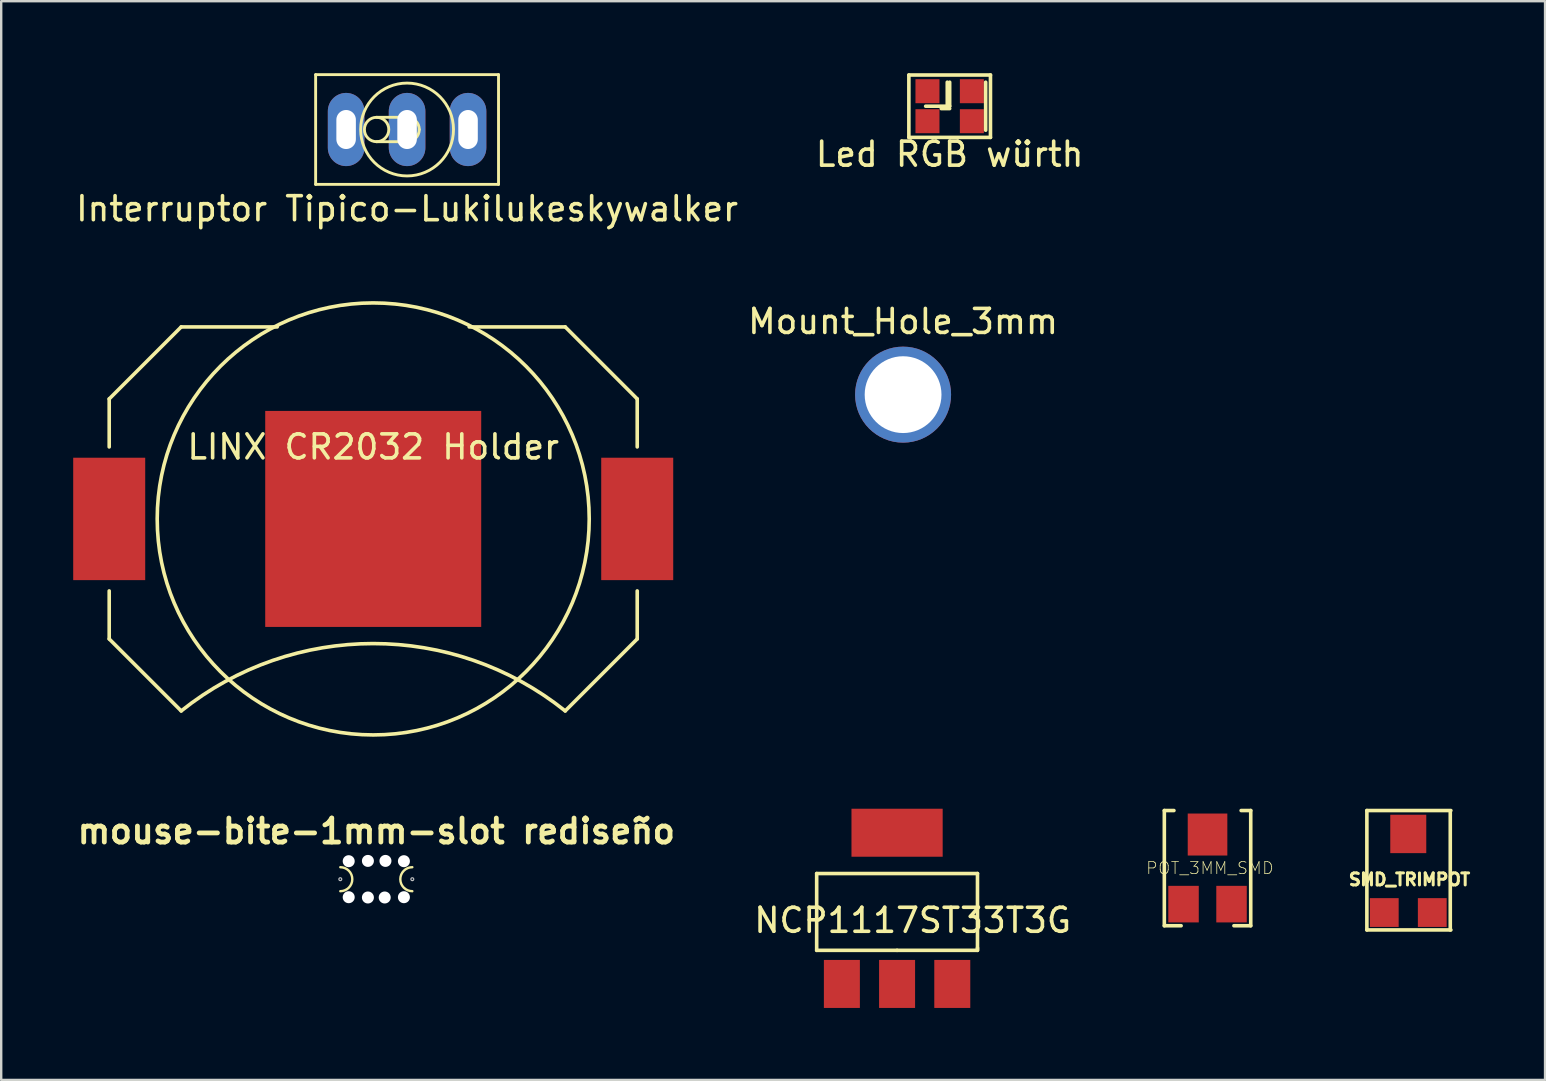
<source format=kicad_pcb>
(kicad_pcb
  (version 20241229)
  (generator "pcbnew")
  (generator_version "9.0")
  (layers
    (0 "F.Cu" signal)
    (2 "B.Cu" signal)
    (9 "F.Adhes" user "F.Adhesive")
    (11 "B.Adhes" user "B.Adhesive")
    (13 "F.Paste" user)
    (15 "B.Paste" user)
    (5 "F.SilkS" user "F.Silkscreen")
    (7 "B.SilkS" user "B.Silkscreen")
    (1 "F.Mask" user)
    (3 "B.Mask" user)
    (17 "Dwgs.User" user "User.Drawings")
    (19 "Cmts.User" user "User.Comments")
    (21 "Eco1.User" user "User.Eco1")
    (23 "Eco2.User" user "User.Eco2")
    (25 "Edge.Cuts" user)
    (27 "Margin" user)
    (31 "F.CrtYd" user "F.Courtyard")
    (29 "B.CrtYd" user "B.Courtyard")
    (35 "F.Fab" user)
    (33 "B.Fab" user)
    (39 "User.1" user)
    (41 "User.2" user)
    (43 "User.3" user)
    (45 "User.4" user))
  (footprint "LINX CR2032 Holder"
    (layer "F.Cu")
    (at 12.5 18.571)
    (property "Reference" "LINX CR2032 Holder" (at 0 -3 0) (layer "F.SilkS") (effects (font (size 1 1) (thickness 0.15))))
    (attr through_hole)
    (fp_line (start -11 -5) (end -8 -8) (stroke (width 0.15) (type solid)) (layer "F.SilkS"))
    (fp_line (start -11 -3) (end -11 -5) (stroke (width 0.15) (type solid)) (layer "F.SilkS"))
    (fp_line (start -11 5) (end -11 3) (stroke (width 0.15) (type solid)) (layer "F.SilkS"))
    (fp_line (start -11 5) (end -8 8) (stroke (width 0.15) (type solid)) (layer "F.SilkS"))
    (fp_line (start -8 -8) (end -4 -8) (stroke (width 0.15) (type solid)) (layer "F.SilkS"))
    (fp_line (start 4 -8) (end 8 -8) (stroke (width 0.15) (type solid)) (layer "F.SilkS"))
    (fp_line (start 8 -8) (end 11 -5) (stroke (width 0.15) (type solid)) (layer "F.SilkS"))
    (fp_line (start 11 -3) (end 11 -5) (stroke (width 0.15) (type solid)) (layer "F.SilkS"))
    (fp_line (start 11 5) (end 8 8) (stroke (width 0.15) (type solid)) (layer "F.SilkS"))
    (fp_line (start 11 5) (end 11 3) (stroke (width 0.15) (type solid)) (layer "F.SilkS"))
    (fp_arc (start -8 8) (mid 0 5.193752) (end 8 8) (stroke (width 0.15) (type solid)) (layer "F.SilkS"))
    (fp_circle (center 0 0) (end 9 0) (stroke (width 0.15) (type solid)) (fill no) (layer "F.SilkS"))
    (pad "1" smd rect (at -11 0) (size 3 5.1) (layers "F.Cu" "F.Mask" "F.Paste"))
    (pad "1" smd rect (at 11 0) (size 3 5.1) (layers "F.Cu" "F.Mask" "F.Paste"))
    (pad "2" smd rect (at 0 0) (size 9 9) (layers "F.Cu" "F.Mask" "F.Paste")))
  (footprint "SMD_TRIMPOT"
    (layer "F.Cu")
    (at 54.626 34.971)
    (property "Reference" "SMD_TRIMPOT" (at 1.05 -1.375 0) (layer "F.SilkS") (effects (font (size 0.5 0.5) (thickness 0.125))))
    (attr through_hole)
    (fp_line (start -0.725 -4.25) (end 2.775 -4.25) (stroke (width 0.15) (type solid)) (layer "F.SilkS"))
    (fp_line (start -0.725 0.725) (end -0.725 -4.25) (stroke (width 0.15) (type solid)) (layer "F.SilkS"))
    (fp_line (start 2.75 -4.175) (end 2.75 0.725) (stroke (width 0.15) (type solid)) (layer "F.SilkS"))
    (fp_line (start 2.775 0.725) (end -0.725 0.725) (stroke (width 0.15) (type solid)) (layer "F.SilkS"))
    (pad "1" smd rect (at 0 0) (size 1.2 1.2) (layers "F.Cu" "F.Mask" "F.Paste"))
    (pad "2" smd rect (at 1 -3.275) (size 1.5 1.6) (layers "F.Cu" "F.Mask" "F.Paste"))
    (pad "3" smd rect (at 2 0) (size 1.2 1.2) (layers "F.Cu" "F.Mask" "F.Paste")))
  (footprint "mouse-bite-1mm-slot rediseño"
    (layer "F.Cu")
    (at 12.629 33.582)
    (property "Reference" "mouse-bite-1mm-slot rediseño" (at 0 -2 0) (layer "F.SilkS") (effects (font (size 1 1) (thickness 0.2))))
    (attr through_hole)
    (fp_arc (start -1.5 -0.5) (mid -1 0) (end -1.5 0.5) (stroke (width 0.1) (type solid)) (layer "F.SilkS"))
    (fp_arc (start 1.5 0.5) (mid 1 0) (end 1.5 -0.5) (stroke (width 0.1) (type solid)) (layer "F.SilkS"))
    (fp_circle (center -1.5 0) (end -1.44 0) (stroke (width 0.05) (type solid)) (fill no) (layer "Dwgs.User"))
    (fp_circle (center 1.5 0) (end 1.56 0) (stroke (width 0.05) (type solid)) (fill no) (layer "Dwgs.User"))
    (fp_line (start -1.5 0) (end -1.5 0) (stroke (width 1) (type solid)) (layer "Eco1.User"))
    (fp_line (start 1.5 0) (end 1.5 0) (stroke (width 1) (type solid)) (layer "Eco1.User"))
    (pad "" np_thru_hole circle (at -1.15 -0.75) (size 0.5 0.5) (drill 0.5) (layers "*.Cu" "*.Mask"))
    (pad "" np_thru_hole circle (at -1.15 0.75) (size 0.5 0.5) (drill 0.5) (layers "*.Cu" "*.Mask"))
    (pad "" np_thru_hole circle (at -0.35 -0.762) (size 0.5 0.5) (drill 0.5) (layers "*.Cu" "*.Mask"))
    (pad "" np_thru_hole circle (at -0.35 0.762) (size 0.5 0.5) (drill 0.5) (layers "*.Cu" "*.Mask"))
    (pad "" np_thru_hole circle (at 0.35 0.762) (size 0.5 0.5) (drill 0.5) (layers "*.Cu" "*.Mask"))
    (pad "" np_thru_hole circle (at 0.381 -0.762) (size 0.5 0.5) (drill 0.5) (layers "*.Cu" "*.Mask"))
    (pad "" np_thru_hole circle (at 1.15 -0.75) (size 0.5 0.5) (drill 0.5) (layers "*.Cu" "*.Mask"))
    (pad "" np_thru_hole circle (at 1.15 0.75) (size 0.5 0.5) (drill 0.5) (layers "*.Cu" "*.Mask")))
  (footprint "NCP1117ST33T3G"
    (layer "F.Cu")
    (at 34.327 37.946)
    (property "Reference" "NCP1117ST33T3G" (at 0.65 -2.65 0) (layer "F.SilkS") (effects (font (size 1 1) (thickness 0.15))))
    (attr through_hole)
    (fp_line (start -3.35 -4.6) (end 3.35 -4.6) (stroke (width 0.15) (type solid)) (layer "F.SilkS"))
    (fp_line (start -3.35 -1.4) (end -3.35 -4.6) (stroke (width 0.15) (type solid)) (layer "F.SilkS"))
    (fp_line (start 0 -1.4) (end -3.35 -1.4) (stroke (width 0.15) (type solid)) (layer "F.SilkS"))
    (fp_line (start 0 -1.4) (end 3.35 -1.4) (stroke (width 0.15) (type solid)) (layer "F.SilkS"))
    (fp_line (start 3.35 -4.6) (end 3.35 -1.45) (stroke (width 0.15) (type solid)) (layer "F.SilkS"))
    (fp_line (start 3.35 -1.4) (end 3.35 -1.5) (stroke (width 0.15) (type solid)) (layer "F.SilkS"))
    (pad "1" smd rect (at -2.3 0 90) (size 2 1.5) (layers "F.Cu" "F.Mask" "F.Paste"))
    (pad "2" smd rect (at 0 0 90) (size 2 1.5) (layers "F.Cu" "F.Mask" "F.Paste"))
    (pad "3" smd rect (at 2.3 0 90) (size 2 1.5) (layers "F.Cu" "F.Mask" "F.Paste"))
    (pad "4" smd rect (at 0 -6.3) (size 3.8 2) (layers "F.Cu" "F.Mask" "F.Paste")))
  (footprint "POT_3MM_SMD"
    (layer "F.Cu")
    (at 45.662 35.221)
    (property "Reference" "POT_3MM_SMD" (at 1.7 -2.1 0) (layer "F.SilkS") (effects (font (size 0.5 0.5) (thickness 0.032))))
    (attr smd)
    (fp_line (start -0.2 -4.5) (end 0.2 -4.5) (stroke (width 0.15) (type solid)) (layer "F.SilkS"))
    (fp_line (start -0.2 0.3) (end -0.2 -4.5) (stroke (width 0.15) (type solid)) (layer "F.SilkS"))
    (fp_line (start 0.5 0.3) (end -0.2 0.3) (stroke (width 0.15) (type solid)) (layer "F.SilkS"))
    (fp_line (start 2.7 0.3) (end 3.4 0.3) (stroke (width 0.15) (type solid)) (layer "F.SilkS"))
    (fp_line (start 3.4 -4.5) (end 3 -4.5) (stroke (width 0.15) (type solid)) (layer "F.SilkS"))
    (fp_line (start 3.4 0.3) (end 3.4 -4.5) (stroke (width 0.15) (type solid)) (layer "F.SilkS"))
    (pad "1" smd rect (at 0.6 -0.6) (size 1.27 1.524) (layers "F.Cu" "F.Mask" "F.Paste"))
    (pad "2" smd rect (at 1.6 -3.5) (size 1.65 1.75) (layers "F.Cu" "F.Mask" "F.Paste"))
    (pad "3" smd rect (at 2.6 -0.6) (size 1.27 1.524) (layers "F.Cu" "F.Mask" "F.Paste")))
  (footprint "Interruptor Tipico-Lukilukeskywalker"
    (layer "F.Cu")
    (at 13.911 2.346)
    (property "Reference" "Interruptor Tipico-Lukilukeskywalker" (at 0 3.302 0) (layer "F.SilkS") (effects (font (size 1 1) (thickness 0.15))))
    (attr through_hole)
    (fp_line (start -3.81 -2.286) (end -3.81 2.286) (stroke (width 0.12) (type solid)) (layer "F.SilkS"))
    (fp_line (start -3.81 -2.286) (end 3.81 -2.286) (stroke (width 0.12) (type solid)) (layer "F.SilkS"))
    (fp_line (start -1.27 -0.508) (end 0 -0.508) (stroke (width 0.12) (type solid)) (layer "F.SilkS"))
    (fp_line (start 0 0.508) (end -1.27 0.508) (stroke (width 0.12) (type solid)) (layer "F.SilkS"))
    (fp_line (start 3.81 -2.286) (end 3.81 2.286) (stroke (width 0.12) (type solid)) (layer "F.SilkS"))
    (fp_line (start 3.81 2.286) (end -3.81 2.286) (stroke (width 0.12) (type solid)) (layer "F.SilkS"))
    (fp_arc (start 0 -0.508) (mid 0.35921 -0.35921) (end 0.508 0) (stroke (width 0.12) (type solid)) (layer "F.SilkS"))
    (fp_arc (start 0.508 0) (mid 0.35921 0.35921) (end 0 0.508) (stroke (width 0.12) (type solid)) (layer "F.SilkS"))
    (fp_circle (center -1.27 0) (end -1.778 0) (stroke (width 0.12) (type solid)) (fill no) (layer "F.SilkS"))
    (fp_circle (center 0 0) (end -0.762 -1.778) (stroke (width 0.12) (type solid)) (fill no) (layer "F.SilkS"))
    (pad "1" thru_hole oval (at -2.54 0) (size 1.524 3.048) (drill oval 0.813 1.626) (layers "*.Cu" "*.Mask"))
    (pad "2" thru_hole oval (at 0 0) (size 1.524 3.048) (drill oval 0.813 1.626) (layers "*.Cu" "*.Mask"))
    (pad "3" thru_hole oval (at 2.54 0) (size 1.524 3.048) (drill oval 0.813 1.626) (layers "*.Cu" "*.Mask")))
  (footprint "Mount_Hole_3mm"
    (layer "F.Cu")
    (at 34.577 13.393)
    (property "Reference" "Mount_Hole_3mm" (at 0 -3.048 0) (layer "F.SilkS") (effects (font (size 1 1) (thickness 0.15))))
    (attr through_hole)
    (pad "1" thru_hole circle (at 0 0) (size 4 4) (drill 3.2) (layers "*.Cu" "*.Paste" "*.Mask")))
  (footprint "Led RGB würth"
    (layer "F.Cu")
    (at 36.518 1.375)
    (property "Reference" "Led RGB würth" (at 0 2 0) (layer "F.SilkS") (effects (font (size 1 1) (thickness 0.15))))
    (attr through_hole)
    (fp_line (start -1.7 -1.3) (end 1.7 -1.3) (stroke (width 0.15) (type solid)) (layer "F.SilkS"))
    (fp_line (start -1.7 1.3) (end -1.7 -1.3) (stroke (width 0.15) (type solid)) (layer "F.SilkS"))
    (fp_line (start -0.1 -1) (end -0.1 0) (stroke (width 0.15) (type solid)) (layer "F.SilkS"))
    (fp_line (start 0 -1) (end 0 0) (stroke (width 0.15) (type solid)) (layer "F.SilkS"))
    (fp_line (start 0 0) (end -1 0) (stroke (width 0.15) (type solid)) (layer "F.SilkS"))
    (fp_line (start 0 0.1) (end -0.35 0.1) (stroke (width 0.15) (type solid)) (layer "F.SilkS"))
    (fp_line (start 1.5 -1) (end 1.5 1) (stroke (width 0.15) (type solid)) (layer "F.SilkS"))
    (fp_line (start 1.7 -1.3) (end 1.7 1.3) (stroke (width 0.15) (type solid)) (layer "F.SilkS"))
    (fp_line (start 1.7 1.3) (end -1.7 1.3) (stroke (width 0.15) (type solid)) (layer "F.SilkS"))
    (pad "1" smd rect (at 0.925 -0.625) (size 1 1) (layers "F.Cu" "F.Mask" "F.Paste"))
    (pad "2" smd rect (at 0.925 0.625) (size 1 1) (layers "F.Cu" "F.Mask" "F.Paste"))
    (pad "3" smd rect (at -0.925 0.625) (size 1 1) (layers "F.Cu" "F.Mask" "F.Paste"))
    (pad "4" smd rect (at -0.925 -0.625) (size 1 1) (layers "F.Cu" "F.Mask" "F.Paste")))
  (gr_rect
    (start -3 -3)
    (end 61.325 41.946)
    (stroke (width 0.1) (type default))
    (fill no)
    (layer "Edge.Cuts")))
</source>
